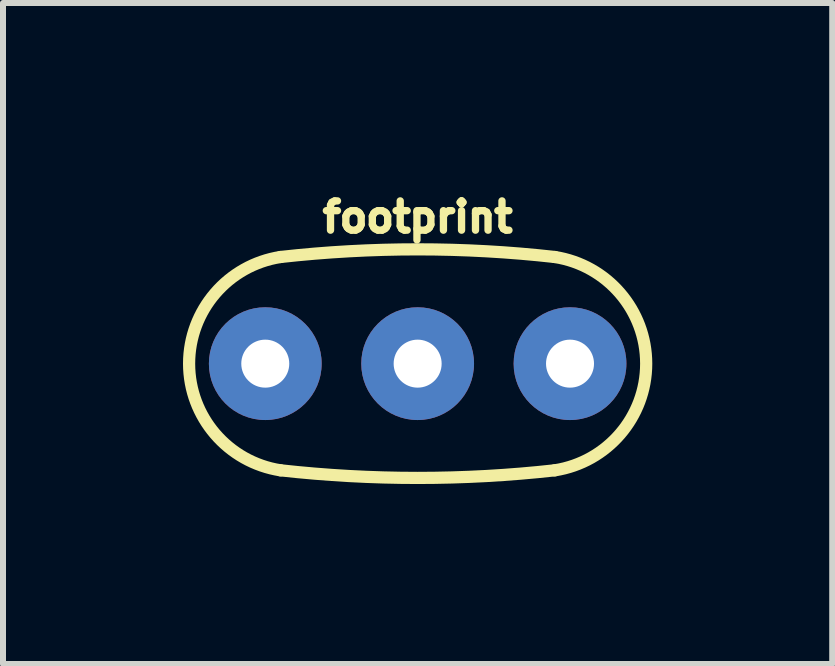
<source format=kicad_pcb>
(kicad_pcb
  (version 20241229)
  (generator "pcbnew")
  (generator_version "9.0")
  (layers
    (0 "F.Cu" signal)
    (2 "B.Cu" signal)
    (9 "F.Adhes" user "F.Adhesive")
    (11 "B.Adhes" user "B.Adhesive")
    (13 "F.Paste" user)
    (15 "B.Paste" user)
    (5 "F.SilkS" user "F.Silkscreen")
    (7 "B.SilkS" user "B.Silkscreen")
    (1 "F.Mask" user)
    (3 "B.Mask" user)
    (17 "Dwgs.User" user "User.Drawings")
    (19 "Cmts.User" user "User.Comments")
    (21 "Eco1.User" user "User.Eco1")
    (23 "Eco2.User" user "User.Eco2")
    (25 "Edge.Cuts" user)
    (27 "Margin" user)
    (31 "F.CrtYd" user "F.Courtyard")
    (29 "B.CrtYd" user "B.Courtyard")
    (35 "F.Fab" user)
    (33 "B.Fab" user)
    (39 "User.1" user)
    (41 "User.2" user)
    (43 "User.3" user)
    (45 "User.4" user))
  (footprint "footprint"
    (layer "F.Cu")
    (at 3.912 3.012)
    (property "Reference" "footprint" (at 0 -2.159 0) (layer "F.SilkS") (effects (font (size 0.488 0.488) (thickness 0.122)) (justify bottom)))
    (fp_arc (start -2.286 -1.778) (mid 0 -1.905392) (end 2.286 -1.778) (stroke (width 0.2032) (type solid)) (layer "F.SilkS"))
    (fp_arc (start -2.286 1.778) (mid -3.809972 0) (end -2.286 -1.778) (stroke (width 0.2032) (type solid)) (layer "F.SilkS"))
    (fp_arc (start 2.286 -1.778) (mid 3.809972 0) (end 2.286 1.778) (stroke (width 0.2032) (type solid)) (layer "F.SilkS"))
    (fp_arc (start 2.286 1.778) (mid 0 1.905) (end -2.286 1.778) (stroke (width 0.2032) (type solid)) (layer "F.SilkS"))
    (pad "1" thru_hole circle (at -2.54 0) (size 1.88 1.88) (drill 0.8) (layers "*.Cu" "*.Mask"))
    (pad "2" thru_hole circle (at 0 0) (size 1.88 1.88) (drill 0.8) (layers "*.Cu" "*.Mask"))
    (pad "3" thru_hole circle (at 2.54 0) (size 1.88 1.88) (drill 0.8) (layers "*.Cu" "*.Mask")))
  (gr_rect
    (start -3 -3)
    (end 10.823 8.019)
    (stroke (width 0.1) (type default))
    (fill no)
    (layer "Edge.Cuts")))
</source>
